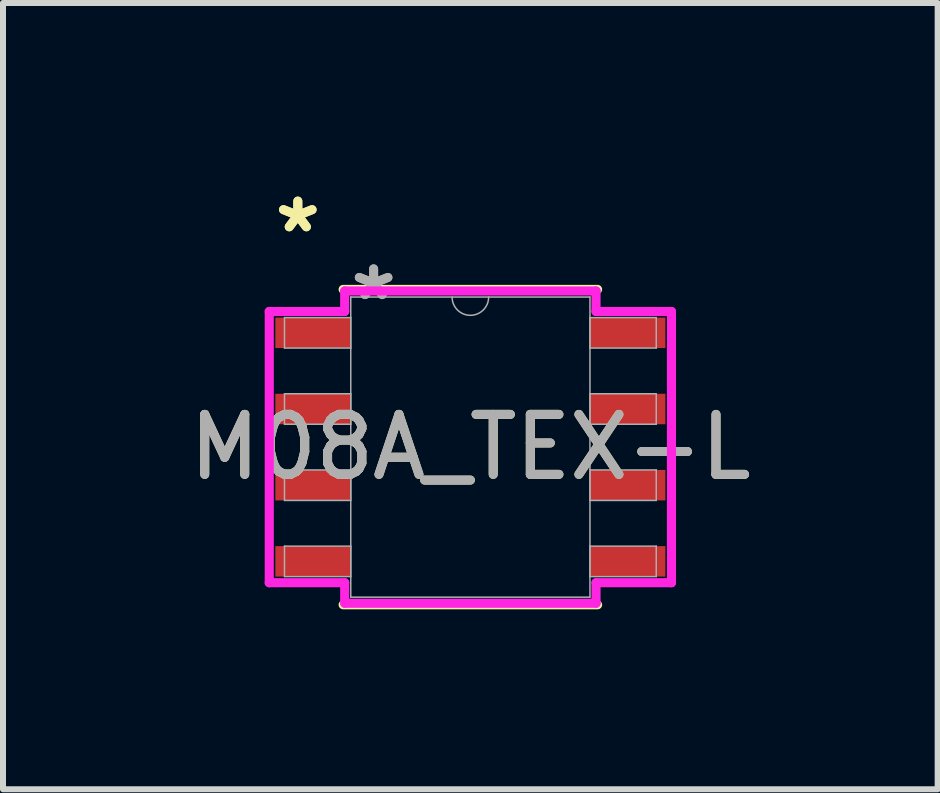
<source format=kicad_pcb>
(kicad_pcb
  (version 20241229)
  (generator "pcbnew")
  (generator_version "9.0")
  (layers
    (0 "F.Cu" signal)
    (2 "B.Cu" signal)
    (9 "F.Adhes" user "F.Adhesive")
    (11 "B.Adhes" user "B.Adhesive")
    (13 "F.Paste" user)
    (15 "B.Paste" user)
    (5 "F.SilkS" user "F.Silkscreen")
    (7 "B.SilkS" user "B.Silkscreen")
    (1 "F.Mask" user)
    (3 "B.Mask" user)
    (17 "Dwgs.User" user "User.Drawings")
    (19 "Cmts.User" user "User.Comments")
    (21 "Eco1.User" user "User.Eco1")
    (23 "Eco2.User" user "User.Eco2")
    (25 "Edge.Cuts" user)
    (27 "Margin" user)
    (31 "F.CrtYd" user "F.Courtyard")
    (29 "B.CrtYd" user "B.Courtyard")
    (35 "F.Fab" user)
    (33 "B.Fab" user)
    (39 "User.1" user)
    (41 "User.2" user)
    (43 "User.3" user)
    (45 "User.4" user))
  (footprint "M08A_TEX-L"
    (layer "F.Cu")
    (at 4.792 4.404)
    (property "Reference" "M08A_TEX-L" (at 0 0 0) (unlocked yes) (layer "F.SilkS") (effects (font (size 1 1) (thickness 0.15))))
    (attr smd)
    (fp_line (start -2.121 2.629) (end 2.121 2.629) (stroke (width 0.152) (type solid)) (layer "F.SilkS"))
    (fp_line (start 2.121 -2.629) (end -2.121 -2.629) (stroke (width 0.152) (type solid)) (layer "F.SilkS"))
    (fp_line (start -3.353 -2.261) (end -2.095 -2.261) (stroke (width 0.152) (type solid)) (layer "F.CrtYd"))
    (fp_line (start -3.353 2.261) (end -3.353 -2.261) (stroke (width 0.152) (type solid)) (layer "F.CrtYd"))
    (fp_line (start -3.353 2.261) (end -2.095 2.261) (stroke (width 0.152) (type solid)) (layer "F.CrtYd"))
    (fp_line (start -2.095 -2.603) (end 2.095 -2.603) (stroke (width 0.152) (type solid)) (layer "F.CrtYd"))
    (fp_line (start -2.095 -2.261) (end -2.095 -2.603) (stroke (width 0.152) (type solid)) (layer "F.CrtYd"))
    (fp_line (start -2.095 2.603) (end -2.095 2.261) (stroke (width 0.152) (type solid)) (layer "F.CrtYd"))
    (fp_line (start 2.095 -2.603) (end 2.095 -2.261) (stroke (width 0.152) (type solid)) (layer "F.CrtYd"))
    (fp_line (start 2.095 2.261) (end 2.095 2.603) (stroke (width 0.152) (type solid)) (layer "F.CrtYd"))
    (fp_line (start 2.095 2.603) (end -2.095 2.603) (stroke (width 0.152) (type solid)) (layer "F.CrtYd"))
    (fp_line (start 3.353 -2.261) (end 2.095 -2.261) (stroke (width 0.152) (type solid)) (layer "F.CrtYd"))
    (fp_line (start 3.353 -2.261) (end 3.353 2.261) (stroke (width 0.152) (type solid)) (layer "F.CrtYd"))
    (fp_line (start 3.353 2.261) (end 2.095 2.261) (stroke (width 0.152) (type solid)) (layer "F.CrtYd"))
    (fp_line (start -3.099 -2.159) (end -3.099 -1.651) (stroke (width 0.025) (type solid)) (layer "F.Fab"))
    (fp_line (start -3.099 -1.651) (end -1.994 -1.651) (stroke (width 0.025) (type solid)) (layer "F.Fab"))
    (fp_line (start -3.099 -0.889) (end -3.099 -0.381) (stroke (width 0.025) (type solid)) (layer "F.Fab"))
    (fp_line (start -3.099 -0.381) (end -1.994 -0.381) (stroke (width 0.025) (type solid)) (layer "F.Fab"))
    (fp_line (start -3.099 0.381) (end -3.099 0.889) (stroke (width 0.025) (type solid)) (layer "F.Fab"))
    (fp_line (start -3.099 0.889) (end -1.994 0.889) (stroke (width 0.025) (type solid)) (layer "F.Fab"))
    (fp_line (start -3.099 1.651) (end -3.099 2.159) (stroke (width 0.025) (type solid)) (layer "F.Fab"))
    (fp_line (start -3.099 2.159) (end -1.994 2.159) (stroke (width 0.025) (type solid)) (layer "F.Fab"))
    (fp_line (start -1.994 -2.502) (end -1.994 2.502) (stroke (width 0.025) (type solid)) (layer "F.Fab"))
    (fp_line (start -1.994 -2.159) (end -3.099 -2.159) (stroke (width 0.025) (type solid)) (layer "F.Fab"))
    (fp_line (start -1.994 -1.651) (end -1.994 -2.159) (stroke (width 0.025) (type solid)) (layer "F.Fab"))
    (fp_line (start -1.994 -0.889) (end -3.099 -0.889) (stroke (width 0.025) (type solid)) (layer "F.Fab"))
    (fp_line (start -1.994 -0.381) (end -1.994 -0.889) (stroke (width 0.025) (type solid)) (layer "F.Fab"))
    (fp_line (start -1.994 0.381) (end -3.099 0.381) (stroke (width 0.025) (type solid)) (layer "F.Fab"))
    (fp_line (start -1.994 0.889) (end -1.994 0.381) (stroke (width 0.025) (type solid)) (layer "F.Fab"))
    (fp_line (start -1.994 1.651) (end -3.099 1.651) (stroke (width 0.025) (type solid)) (layer "F.Fab"))
    (fp_line (start -1.994 2.159) (end -1.994 1.651) (stroke (width 0.025) (type solid)) (layer "F.Fab"))
    (fp_line (start -1.994 2.502) (end 1.994 2.502) (stroke (width 0.025) (type solid)) (layer "F.Fab"))
    (fp_line (start 1.994 -2.502) (end -1.994 -2.502) (stroke (width 0.025) (type solid)) (layer "F.Fab"))
    (fp_line (start 1.994 -2.159) (end 1.994 -1.651) (stroke (width 0.025) (type solid)) (layer "F.Fab"))
    (fp_line (start 1.994 -1.651) (end 3.099 -1.651) (stroke (width 0.025) (type solid)) (layer "F.Fab"))
    (fp_line (start 1.994 -0.889) (end 1.994 -0.381) (stroke (width 0.025) (type solid)) (layer "F.Fab"))
    (fp_line (start 1.994 -0.381) (end 3.099 -0.381) (stroke (width 0.025) (type solid)) (layer "F.Fab"))
    (fp_line (start 1.994 0.381) (end 1.994 0.889) (stroke (width 0.025) (type solid)) (layer "F.Fab"))
    (fp_line (start 1.994 0.889) (end 3.099 0.889) (stroke (width 0.025) (type solid)) (layer "F.Fab"))
    (fp_line (start 1.994 1.651) (end 1.994 2.159) (stroke (width 0.025) (type solid)) (layer "F.Fab"))
    (fp_line (start 1.994 2.159) (end 3.099 2.159) (stroke (width 0.025) (type solid)) (layer "F.Fab"))
    (fp_line (start 1.994 2.502) (end 1.994 -2.502) (stroke (width 0.025) (type solid)) (layer "F.Fab"))
    (fp_line (start 3.099 -2.159) (end 1.994 -2.159) (stroke (width 0.025) (type solid)) (layer "F.Fab"))
    (fp_line (start 3.099 -1.651) (end 3.099 -2.159) (stroke (width 0.025) (type solid)) (layer "F.Fab"))
    (fp_line (start 3.099 -0.889) (end 1.994 -0.889) (stroke (width 0.025) (type solid)) (layer "F.Fab"))
    (fp_line (start 3.099 -0.381) (end 3.099 -0.889) (stroke (width 0.025) (type solid)) (layer "F.Fab"))
    (fp_line (start 3.099 0.381) (end 1.994 0.381) (stroke (width 0.025) (type solid)) (layer "F.Fab"))
    (fp_line (start 3.099 0.889) (end 3.099 0.381) (stroke (width 0.025) (type solid)) (layer "F.Fab"))
    (fp_line (start 3.099 1.651) (end 1.994 1.651) (stroke (width 0.025) (type solid)) (layer "F.Fab"))
    (fp_line (start 3.099 2.159) (end 3.099 1.651) (stroke (width 0.025) (type solid)) (layer "F.Fab"))
    (fp_arc (start 0.3048 -2.5019) (mid 0 -2.1971) (end -0.3048 -2.5019) (stroke (width 0.0254) (type solid)) (layer "F.Fab"))
    (fp_text user "*" (at -2.877 -3.556 0) (layer "F.SilkS") (effects (font (size 1 1) (thickness 0.15))))
    (fp_text user "*" (at -2.877 -3.556 0) (unlocked yes) (layer "F.SilkS") (effects (font (size 1 1) (thickness 0.15))))
    (fp_text user "*" (at -1.613 -2.426 0) (unlocked yes) (layer "F.Fab") (effects (font (size 1 1) (thickness 0.15))))
    (fp_text user "*" (at -1.613 -2.426 0) (layer "F.Fab") (effects (font (size 1 1) (thickness 0.15))))
    (fp_text user "${REFERENCE}" (at 0 0 0) (unlocked yes) (layer "F.Fab") (effects (font (size 1 1) (thickness 0.15))))
    (pad "1" smd rect (at -2.623 -1.905) (size 1.257 0.508) (layers "F.Cu" "F.Mask" "F.Paste"))
    (pad "2" smd rect (at -2.623 -0.635) (size 1.257 0.508) (layers "F.Cu" "F.Mask" "F.Paste"))
    (pad "3" smd rect (at -2.623 0.635) (size 1.257 0.508) (layers "F.Cu" "F.Mask" "F.Paste"))
    (pad "4" smd rect (at -2.623 1.905) (size 1.257 0.508) (layers "F.Cu" "F.Mask" "F.Paste"))
    (pad "5" smd rect (at 2.623 1.905) (size 1.257 0.508) (layers "F.Cu" "F.Mask" "F.Paste"))
    (pad "6" smd rect (at 2.623 0.635) (size 1.257 0.508) (layers "F.Cu" "F.Mask" "F.Paste"))
    (pad "7" smd rect (at 2.623 -0.635) (size 1.257 0.508) (layers "F.Cu" "F.Mask" "F.Paste"))
    (pad "8" smd rect (at 2.623 -1.905) (size 1.257 0.508) (layers "F.Cu" "F.Mask" "F.Paste")))
  (gr_rect
    (start -3 -3)
    (end 12.583 10.109)
    (stroke (width 0.1) (type default))
    (fill no)
    (layer "Edge.Cuts")))
</source>
